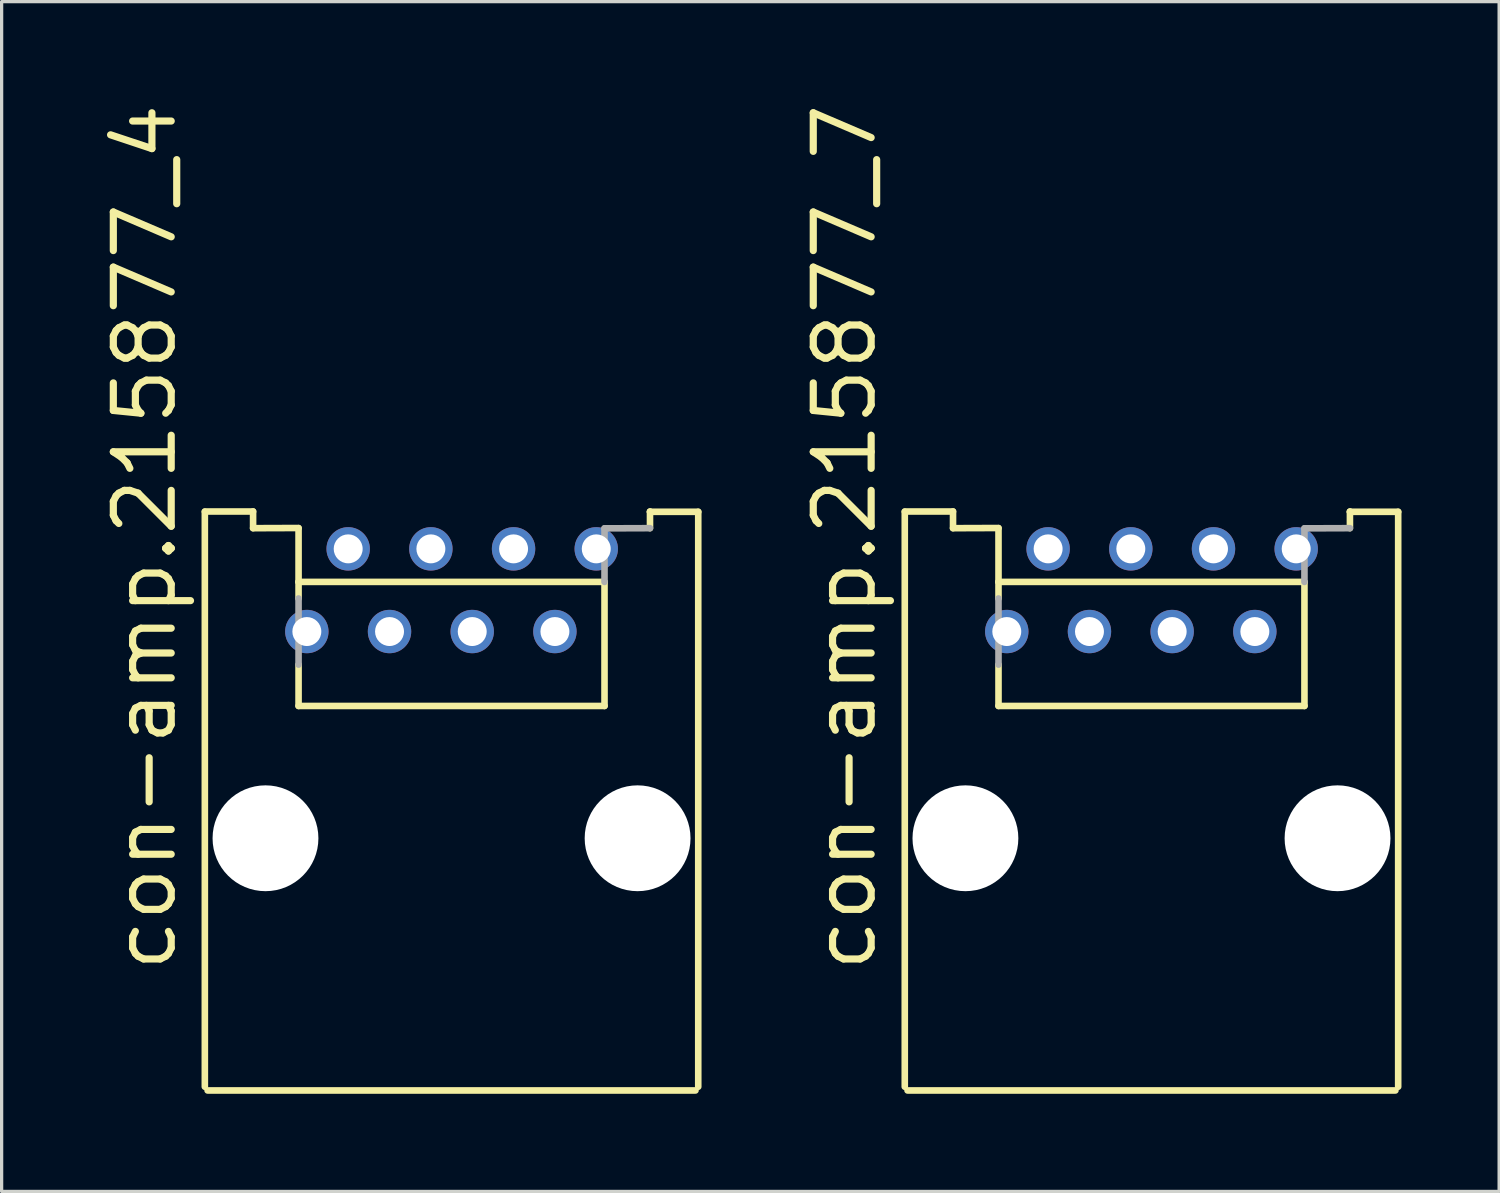
<source format=kicad_pcb>
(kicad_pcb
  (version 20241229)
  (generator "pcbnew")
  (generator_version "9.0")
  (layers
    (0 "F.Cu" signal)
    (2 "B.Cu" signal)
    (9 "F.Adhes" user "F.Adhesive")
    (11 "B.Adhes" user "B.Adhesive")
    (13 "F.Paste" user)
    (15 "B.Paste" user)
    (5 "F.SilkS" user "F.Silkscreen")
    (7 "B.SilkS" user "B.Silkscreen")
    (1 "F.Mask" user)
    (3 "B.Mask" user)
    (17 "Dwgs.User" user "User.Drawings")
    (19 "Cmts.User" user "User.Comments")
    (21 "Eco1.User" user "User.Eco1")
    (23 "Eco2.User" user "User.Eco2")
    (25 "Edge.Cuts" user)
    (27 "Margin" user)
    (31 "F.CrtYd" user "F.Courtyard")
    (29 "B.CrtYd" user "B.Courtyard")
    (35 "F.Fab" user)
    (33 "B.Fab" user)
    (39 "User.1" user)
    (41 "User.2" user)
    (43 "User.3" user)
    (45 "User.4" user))
  (footprint "con-amp.215877_4"
    (layer "F.Cu")
    (at 10.82 22.699)
    (property "Reference" "con-amp.215877_4" (at -8.382 4.191 90) (layer "F.SilkS") (effects (font (size 1.778 1.778) (thickness 0.22)) (justify left bottom)))
    (attr through_hole)
    (fp_line (start -7.578 7.633) (end -7.578 -10.028) (stroke (width 0.203) (type default)) (layer "F.SilkS"))
    (fp_line (start -6.096 -10.038) (end -7.578 -10.038) (stroke (width 0.203) (type default)) (layer "F.SilkS"))
    (fp_line (start -6.096 -9.525) (end -6.096 -10.038) (stroke (width 0.203) (type default)) (layer "F.SilkS"))
    (fp_line (start -4.699 -9.53) (end -6.096 -9.525) (stroke (width 0.203) (type default)) (layer "F.SilkS"))
    (fp_line (start -4.699 -9.525) (end -4.699 -7.874) (stroke (width 0.203) (type default)) (layer "F.SilkS"))
    (fp_line (start -4.699 -7.874) (end -4.699 -7.366) (stroke (width 0.203) (type default)) (layer "F.SilkS"))
    (fp_line (start -4.699 -7.874) (end 4.699 -7.874) (stroke (width 0.203) (type default)) (layer "F.SilkS"))
    (fp_line (start -4.699 -5.334) (end -4.699 -4.064) (stroke (width 0.203) (type default)) (layer "F.SilkS"))
    (fp_line (start -4.699 -4.064) (end 4.699 -4.064) (stroke (width 0.203) (type default)) (layer "F.SilkS"))
    (fp_line (start 4.699 -7.874) (end 4.699 -4.064) (stroke (width 0.203) (type default)) (layer "F.SilkS"))
    (fp_line (start 6.096 -10.028) (end 6.096 -10.038) (stroke (width 0.203) (type default)) (layer "F.SilkS"))
    (fp_line (start 6.096 -10.028) (end 7.578 -10.028) (stroke (width 0.203) (type default)) (layer "F.SilkS"))
    (fp_line (start 6.096 -9.525) (end 6.096 -10.028) (stroke (width 0.203) (type default)) (layer "F.SilkS"))
    (fp_line (start 7.493 7.747) (end -7.493 7.747) (stroke (width 0.203) (type default)) (layer "F.SilkS"))
    (fp_line (start 7.578 -10.028) (end 7.578 7.633) (stroke (width 0.203) (type default)) (layer "F.SilkS"))
    (fp_line (start -4.699 -7.366) (end -4.699 -5.334) (stroke (width 0.203) (type default)) (layer "F.Fab"))
    (fp_line (start 4.699 -9.52) (end 4.699 -7.874) (stroke (width 0.203) (type default)) (layer "F.Fab"))
    (fp_line (start 4.699 -9.52) (end 6.096 -9.525) (stroke (width 0.203) (type default)) (layer "F.Fab"))
    (pad "" np_thru_hole circle (at -5.715 0) (size 3.251 3.251) (drill 3.251) (layers "*.Cu" "*.Mask"))
    (pad "" np_thru_hole circle (at 5.715 0) (size 3.251 3.251) (drill 3.251) (layers "*.Cu" "*.Mask"))
    (pad "1" thru_hole circle (at -4.445 -6.35) (size 1.333 1.333) (drill 0.889) (layers "*.Cu" "*.Mask"))
    (pad "2" thru_hole circle (at -3.175 -8.89) (size 1.333 1.333) (drill 0.889) (layers "*.Cu" "*.Mask"))
    (pad "3" thru_hole circle (at -1.905 -6.35) (size 1.333 1.333) (drill 0.889) (layers "*.Cu" "*.Mask"))
    (pad "4" thru_hole circle (at -0.635 -8.89) (size 1.333 1.333) (drill 0.889) (layers "*.Cu" "*.Mask"))
    (pad "5" thru_hole circle (at 0.635 -6.35) (size 1.333 1.333) (drill 0.889) (layers "*.Cu" "*.Mask"))
    (pad "6" thru_hole circle (at 1.905 -8.89) (size 1.333 1.333) (drill 0.889) (layers "*.Cu" "*.Mask"))
    (pad "7" thru_hole circle (at 3.175 -6.35) (size 1.333 1.333) (drill 0.889) (layers "*.Cu" "*.Mask"))
    (pad "8" thru_hole circle (at 4.445 -8.89) (size 1.333 1.333) (drill 0.889) (layers "*.Cu" "*.Mask")))
  (footprint "con-amp.215877_7"
    (layer "F.Cu")
    (at 32.32 22.699)
    (property "Reference" "con-amp.215877_7" (at -8.382 4.191 90) (layer "F.SilkS") (effects (font (size 1.778 1.778) (thickness 0.22)) (justify left bottom)))
    (attr through_hole)
    (fp_line (start -7.578 7.633) (end -7.578 -10.028) (stroke (width 0.203) (type default)) (layer "F.SilkS"))
    (fp_line (start -6.096 -10.038) (end -7.578 -10.038) (stroke (width 0.203) (type default)) (layer "F.SilkS"))
    (fp_line (start -6.096 -9.525) (end -6.096 -10.038) (stroke (width 0.203) (type default)) (layer "F.SilkS"))
    (fp_line (start -4.699 -9.53) (end -6.096 -9.525) (stroke (width 0.203) (type default)) (layer "F.SilkS"))
    (fp_line (start -4.699 -9.525) (end -4.699 -7.874) (stroke (width 0.203) (type default)) (layer "F.SilkS"))
    (fp_line (start -4.699 -7.874) (end -4.699 -7.366) (stroke (width 0.203) (type default)) (layer "F.SilkS"))
    (fp_line (start -4.699 -7.874) (end 4.699 -7.874) (stroke (width 0.203) (type default)) (layer "F.SilkS"))
    (fp_line (start -4.699 -5.334) (end -4.699 -4.064) (stroke (width 0.203) (type default)) (layer "F.SilkS"))
    (fp_line (start -4.699 -4.064) (end 4.699 -4.064) (stroke (width 0.203) (type default)) (layer "F.SilkS"))
    (fp_line (start 4.699 -7.874) (end 4.699 -4.064) (stroke (width 0.203) (type default)) (layer "F.SilkS"))
    (fp_line (start 6.096 -10.028) (end 6.096 -10.038) (stroke (width 0.203) (type default)) (layer "F.SilkS"))
    (fp_line (start 6.096 -10.028) (end 7.578 -10.028) (stroke (width 0.203) (type default)) (layer "F.SilkS"))
    (fp_line (start 6.096 -9.525) (end 6.096 -10.028) (stroke (width 0.203) (type default)) (layer "F.SilkS"))
    (fp_line (start 7.493 7.747) (end -7.493 7.747) (stroke (width 0.203) (type default)) (layer "F.SilkS"))
    (fp_line (start 7.578 -10.028) (end 7.578 7.633) (stroke (width 0.203) (type default)) (layer "F.SilkS"))
    (fp_line (start -4.699 -7.366) (end -4.699 -5.334) (stroke (width 0.203) (type default)) (layer "F.Fab"))
    (fp_line (start 4.699 -9.52) (end 4.699 -7.874) (stroke (width 0.203) (type default)) (layer "F.Fab"))
    (fp_line (start 4.699 -9.52) (end 6.096 -9.525) (stroke (width 0.203) (type default)) (layer "F.Fab"))
    (pad "" np_thru_hole circle (at -5.715 0) (size 3.251 3.251) (drill 3.251) (layers "*.Cu" "*.Mask"))
    (pad "" np_thru_hole circle (at 5.715 0) (size 3.251 3.251) (drill 3.251) (layers "*.Cu" "*.Mask"))
    (pad "1" thru_hole circle (at -4.445 -6.35) (size 1.333 1.333) (drill 0.889) (layers "*.Cu" "*.Mask"))
    (pad "2" thru_hole circle (at -3.175 -8.89) (size 1.333 1.333) (drill 0.889) (layers "*.Cu" "*.Mask"))
    (pad "3" thru_hole circle (at -1.905 -6.35) (size 1.333 1.333) (drill 0.889) (layers "*.Cu" "*.Mask"))
    (pad "4" thru_hole circle (at -0.635 -8.89) (size 1.333 1.333) (drill 0.889) (layers "*.Cu" "*.Mask"))
    (pad "5" thru_hole circle (at 0.635 -6.35) (size 1.333 1.333) (drill 0.889) (layers "*.Cu" "*.Mask"))
    (pad "6" thru_hole circle (at 1.905 -8.89) (size 1.333 1.333) (drill 0.889) (layers "*.Cu" "*.Mask"))
    (pad "7" thru_hole circle (at 3.175 -6.35) (size 1.333 1.333) (drill 0.889) (layers "*.Cu" "*.Mask"))
    (pad "8" thru_hole circle (at 4.445 -8.89) (size 1.333 1.333) (drill 0.889) (layers "*.Cu" "*.Mask")))
  (gr_rect
    (start -3 -3)
    (end 42.999 33.547)
    (stroke (width 0.1) (type default))
    (fill no)
    (layer "Edge.Cuts")))
</source>
